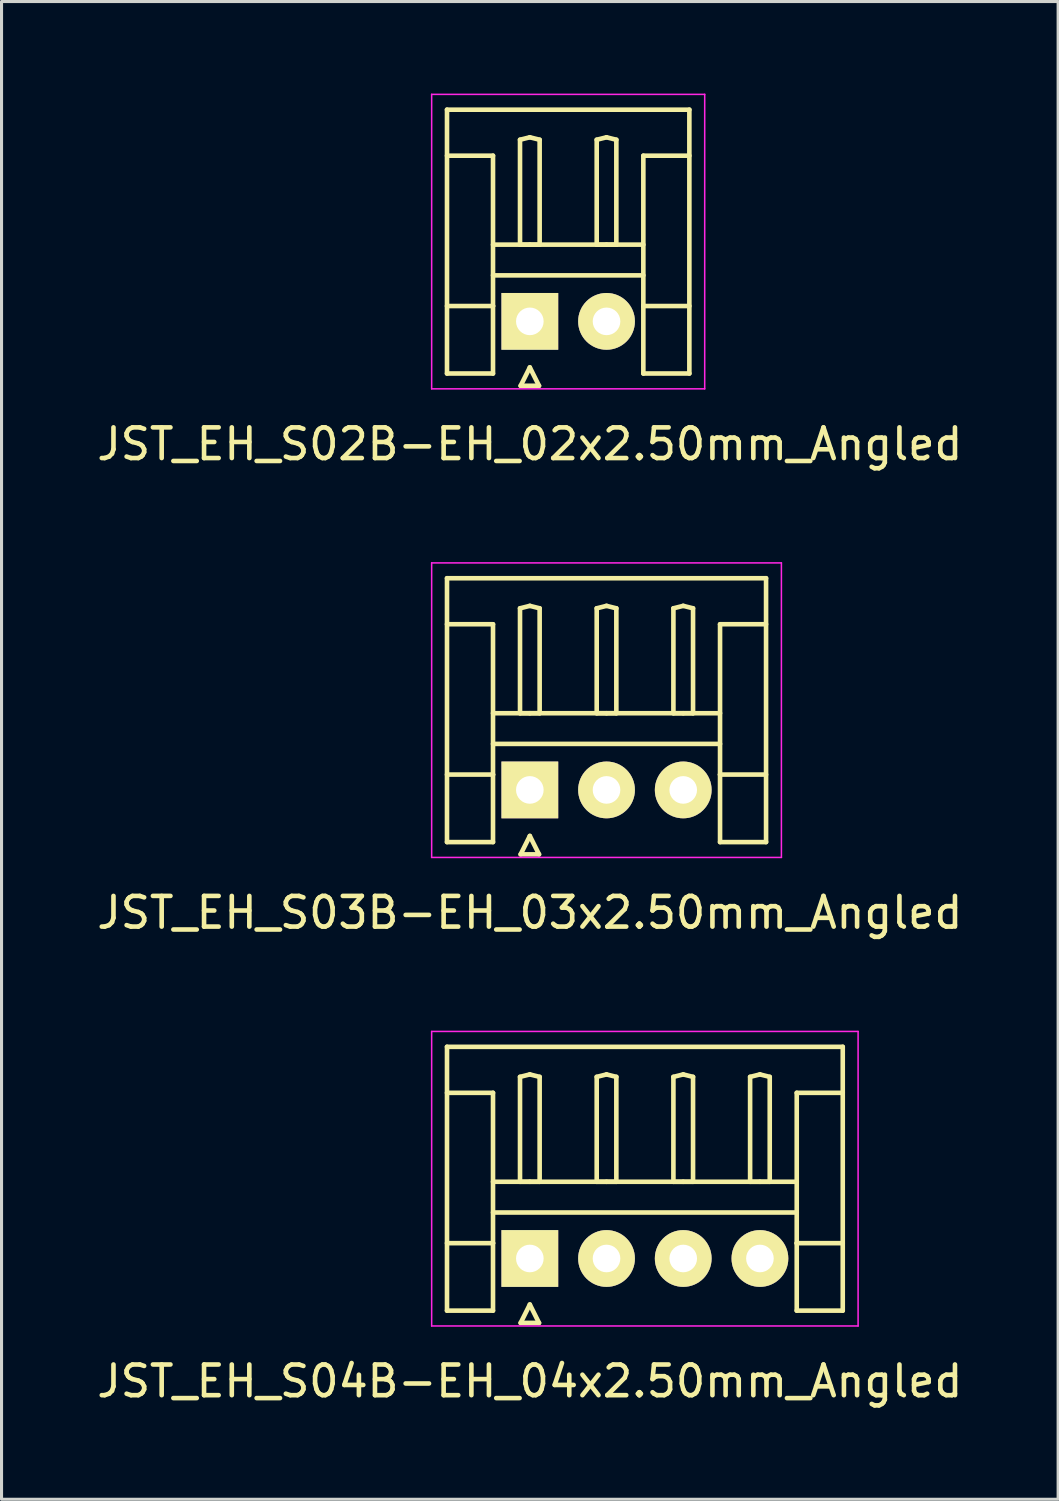
<source format=kicad_pcb>
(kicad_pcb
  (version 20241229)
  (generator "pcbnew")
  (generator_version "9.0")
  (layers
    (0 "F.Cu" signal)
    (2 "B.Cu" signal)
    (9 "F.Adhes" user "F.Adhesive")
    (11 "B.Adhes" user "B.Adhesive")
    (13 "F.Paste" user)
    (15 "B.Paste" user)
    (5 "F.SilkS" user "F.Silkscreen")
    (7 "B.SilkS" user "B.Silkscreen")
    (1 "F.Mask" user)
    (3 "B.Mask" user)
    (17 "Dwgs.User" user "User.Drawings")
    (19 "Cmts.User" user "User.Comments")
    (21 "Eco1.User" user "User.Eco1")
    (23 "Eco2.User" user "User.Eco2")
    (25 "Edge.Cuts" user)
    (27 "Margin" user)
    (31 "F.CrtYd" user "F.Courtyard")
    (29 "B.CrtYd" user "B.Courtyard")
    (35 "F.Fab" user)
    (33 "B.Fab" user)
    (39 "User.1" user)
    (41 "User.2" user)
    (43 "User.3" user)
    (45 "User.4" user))
  (footprint "JST_EH_S04B-EH_04x2.50mm_Angled"
    (layer "F.Cu")
    (at 14.22 37.971)
    (property "Reference" "JST_EH_S04B-EH_04x2.50mm_Angled" (at 0 4 0) (layer "F.SilkS") (effects (font (size 1 1) (thickness 0.15))))
    (attr through_hole)
    (fp_line (start -2.7 -6.9) (end 10.2 -6.9) (stroke (width 0.15) (type solid)) (layer "F.SilkS"))
    (fp_line (start -2.7 -5.4) (end -1.2 -5.4) (stroke (width 0.15) (type solid)) (layer "F.SilkS"))
    (fp_line (start -2.7 1.7) (end -2.7 -6.9) (stroke (width 0.15) (type solid)) (layer "F.SilkS"))
    (fp_line (start -1.2 -5.4) (end -1.2 -0.5) (stroke (width 0.15) (type solid)) (layer "F.SilkS"))
    (fp_line (start -1.2 -2.5) (end 8.7 -2.5) (stroke (width 0.15) (type solid)) (layer "F.SilkS"))
    (fp_line (start -1.2 -1.5) (end 8.7 -1.5) (stroke (width 0.15) (type solid)) (layer "F.SilkS"))
    (fp_line (start -1.2 -0.5) (end -2.7 -0.5) (stroke (width 0.15) (type solid)) (layer "F.SilkS"))
    (fp_line (start -1.2 -0.5) (end -1.2 1.7) (stroke (width 0.15) (type solid)) (layer "F.SilkS"))
    (fp_line (start -1.2 1.7) (end -2.7 1.7) (stroke (width 0.15) (type solid)) (layer "F.SilkS"))
    (fp_line (start -0.32 -5.92) (end 0 -6) (stroke (width 0.15) (type solid)) (layer "F.SilkS"))
    (fp_line (start -0.32 -2.5) (end -0.32 -5.92) (stroke (width 0.15) (type solid)) (layer "F.SilkS"))
    (fp_line (start -0.3 2.1) (end 0.3 2.1) (stroke (width 0.15) (type solid)) (layer "F.SilkS"))
    (fp_line (start 0 -6) (end 0.32 -5.92) (stroke (width 0.15) (type solid)) (layer "F.SilkS"))
    (fp_line (start 0 -2.5) (end -0.32 -2.5) (stroke (width 0.15) (type solid)) (layer "F.SilkS"))
    (fp_line (start 0 1.5) (end -0.3 2.1) (stroke (width 0.15) (type solid)) (layer "F.SilkS"))
    (fp_line (start 0.3 2.1) (end 0 1.5) (stroke (width 0.15) (type solid)) (layer "F.SilkS"))
    (fp_line (start 0.32 -5.92) (end 0.32 -2.5) (stroke (width 0.15) (type solid)) (layer "F.SilkS"))
    (fp_line (start 0.32 -2.5) (end 0 -2.5) (stroke (width 0.15) (type solid)) (layer "F.SilkS"))
    (fp_line (start 2.18 -5.92) (end 2.5 -6) (stroke (width 0.15) (type solid)) (layer "F.SilkS"))
    (fp_line (start 2.18 -2.5) (end 2.18 -5.92) (stroke (width 0.15) (type solid)) (layer "F.SilkS"))
    (fp_line (start 2.5 -6) (end 2.82 -5.92) (stroke (width 0.15) (type solid)) (layer "F.SilkS"))
    (fp_line (start 2.5 -2.5) (end 2.18 -2.5) (stroke (width 0.15) (type solid)) (layer "F.SilkS"))
    (fp_line (start 2.82 -5.92) (end 2.82 -2.5) (stroke (width 0.15) (type solid)) (layer "F.SilkS"))
    (fp_line (start 2.82 -2.5) (end 2.5 -2.5) (stroke (width 0.15) (type solid)) (layer "F.SilkS"))
    (fp_line (start 4.68 -5.92) (end 5 -6) (stroke (width 0.15) (type solid)) (layer "F.SilkS"))
    (fp_line (start 4.68 -2.5) (end 4.68 -5.92) (stroke (width 0.15) (type solid)) (layer "F.SilkS"))
    (fp_line (start 5 -6) (end 5.32 -5.92) (stroke (width 0.15) (type solid)) (layer "F.SilkS"))
    (fp_line (start 5 -2.5) (end 4.68 -2.5) (stroke (width 0.15) (type solid)) (layer "F.SilkS"))
    (fp_line (start 5.32 -5.92) (end 5.32 -2.5) (stroke (width 0.15) (type solid)) (layer "F.SilkS"))
    (fp_line (start 5.32 -2.5) (end 5 -2.5) (stroke (width 0.15) (type solid)) (layer "F.SilkS"))
    (fp_line (start 7.18 -5.92) (end 7.5 -6) (stroke (width 0.15) (type solid)) (layer "F.SilkS"))
    (fp_line (start 7.18 -2.5) (end 7.18 -5.92) (stroke (width 0.15) (type solid)) (layer "F.SilkS"))
    (fp_line (start 7.5 -6) (end 7.82 -5.92) (stroke (width 0.15) (type solid)) (layer "F.SilkS"))
    (fp_line (start 7.5 -2.5) (end 7.18 -2.5) (stroke (width 0.15) (type solid)) (layer "F.SilkS"))
    (fp_line (start 7.82 -5.92) (end 7.82 -2.5) (stroke (width 0.15) (type solid)) (layer "F.SilkS"))
    (fp_line (start 7.82 -2.5) (end 7.5 -2.5) (stroke (width 0.15) (type solid)) (layer "F.SilkS"))
    (fp_line (start 8.7 -5.4) (end 8.7 -0.5) (stroke (width 0.15) (type solid)) (layer "F.SilkS"))
    (fp_line (start 8.7 -0.5) (end 10.2 -0.5) (stroke (width 0.15) (type solid)) (layer "F.SilkS"))
    (fp_line (start 8.7 1.7) (end 8.7 -0.5) (stroke (width 0.15) (type solid)) (layer "F.SilkS"))
    (fp_line (start 10.2 -6.9) (end 10.2 1.7) (stroke (width 0.15) (type solid)) (layer "F.SilkS"))
    (fp_line (start 10.2 -5.4) (end 8.7 -5.4) (stroke (width 0.15) (type solid)) (layer "F.SilkS"))
    (fp_line (start 10.2 1.7) (end 8.7 1.7) (stroke (width 0.15) (type solid)) (layer "F.SilkS"))
    (fp_line (start -3.2 -7.4) (end -3.2 2.2) (stroke (width 0.05) (type solid)) (layer "F.CrtYd"))
    (fp_line (start -3.2 2.2) (end 10.7 2.2) (stroke (width 0.05) (type solid)) (layer "F.CrtYd"))
    (fp_line (start 10.7 -7.4) (end -3.2 -7.4) (stroke (width 0.05) (type solid)) (layer "F.CrtYd"))
    (fp_line (start 10.7 2.2) (end 10.7 -7.4) (stroke (width 0.05) (type solid)) (layer "F.CrtYd"))
    (pad "1" thru_hole rect (at 0 0) (size 1.85 1.85) (drill 0.9) (layers "*.Cu" "*.Mask" "F.SilkS"))
    (pad "2" thru_hole circle (at 2.5 0) (size 1.85 1.85) (drill 0.9) (layers "*.Cu" "*.Mask" "F.SilkS"))
    (pad "3" thru_hole circle (at 5 0) (size 1.85 1.85) (drill 0.9) (layers "*.Cu" "*.Mask" "F.SilkS"))
    (pad "4" thru_hole circle (at 7.5 0) (size 1.85 1.85) (drill 0.9) (layers "*.Cu" "*.Mask" "F.SilkS")))
  (footprint "JST_EH_S03B-EH_03x2.50mm_Angled"
    (layer "F.Cu")
    (at 14.22 22.698)
    (property "Reference" "JST_EH_S03B-EH_03x2.50mm_Angled" (at 0 4 0) (layer "F.SilkS") (effects (font (size 1 1) (thickness 0.15))))
    (attr through_hole)
    (fp_line (start -2.7 -6.9) (end 7.7 -6.9) (stroke (width 0.15) (type solid)) (layer "F.SilkS"))
    (fp_line (start -2.7 -5.4) (end -1.2 -5.4) (stroke (width 0.15) (type solid)) (layer "F.SilkS"))
    (fp_line (start -2.7 1.7) (end -2.7 -6.9) (stroke (width 0.15) (type solid)) (layer "F.SilkS"))
    (fp_line (start -1.2 -5.4) (end -1.2 -0.5) (stroke (width 0.15) (type solid)) (layer "F.SilkS"))
    (fp_line (start -1.2 -2.5) (end 6.2 -2.5) (stroke (width 0.15) (type solid)) (layer "F.SilkS"))
    (fp_line (start -1.2 -1.5) (end 6.2 -1.5) (stroke (width 0.15) (type solid)) (layer "F.SilkS"))
    (fp_line (start -1.2 -0.5) (end -2.7 -0.5) (stroke (width 0.15) (type solid)) (layer "F.SilkS"))
    (fp_line (start -1.2 -0.5) (end -1.2 1.7) (stroke (width 0.15) (type solid)) (layer "F.SilkS"))
    (fp_line (start -1.2 1.7) (end -2.7 1.7) (stroke (width 0.15) (type solid)) (layer "F.SilkS"))
    (fp_line (start -0.32 -5.92) (end 0 -6) (stroke (width 0.15) (type solid)) (layer "F.SilkS"))
    (fp_line (start -0.32 -2.5) (end -0.32 -5.92) (stroke (width 0.15) (type solid)) (layer "F.SilkS"))
    (fp_line (start -0.3 2.1) (end 0.3 2.1) (stroke (width 0.15) (type solid)) (layer "F.SilkS"))
    (fp_line (start 0 -6) (end 0.32 -5.92) (stroke (width 0.15) (type solid)) (layer "F.SilkS"))
    (fp_line (start 0 -2.5) (end -0.32 -2.5) (stroke (width 0.15) (type solid)) (layer "F.SilkS"))
    (fp_line (start 0 1.5) (end -0.3 2.1) (stroke (width 0.15) (type solid)) (layer "F.SilkS"))
    (fp_line (start 0.3 2.1) (end 0 1.5) (stroke (width 0.15) (type solid)) (layer "F.SilkS"))
    (fp_line (start 0.32 -5.92) (end 0.32 -2.5) (stroke (width 0.15) (type solid)) (layer "F.SilkS"))
    (fp_line (start 0.32 -2.5) (end 0 -2.5) (stroke (width 0.15) (type solid)) (layer "F.SilkS"))
    (fp_line (start 2.18 -5.92) (end 2.5 -6) (stroke (width 0.15) (type solid)) (layer "F.SilkS"))
    (fp_line (start 2.18 -2.5) (end 2.18 -5.92) (stroke (width 0.15) (type solid)) (layer "F.SilkS"))
    (fp_line (start 2.5 -6) (end 2.82 -5.92) (stroke (width 0.15) (type solid)) (layer "F.SilkS"))
    (fp_line (start 2.5 -2.5) (end 2.18 -2.5) (stroke (width 0.15) (type solid)) (layer "F.SilkS"))
    (fp_line (start 2.82 -5.92) (end 2.82 -2.5) (stroke (width 0.15) (type solid)) (layer "F.SilkS"))
    (fp_line (start 2.82 -2.5) (end 2.5 -2.5) (stroke (width 0.15) (type solid)) (layer "F.SilkS"))
    (fp_line (start 4.68 -5.92) (end 5 -6) (stroke (width 0.15) (type solid)) (layer "F.SilkS"))
    (fp_line (start 4.68 -2.5) (end 4.68 -5.92) (stroke (width 0.15) (type solid)) (layer "F.SilkS"))
    (fp_line (start 5 -6) (end 5.32 -5.92) (stroke (width 0.15) (type solid)) (layer "F.SilkS"))
    (fp_line (start 5 -2.5) (end 4.68 -2.5) (stroke (width 0.15) (type solid)) (layer "F.SilkS"))
    (fp_line (start 5.32 -5.92) (end 5.32 -2.5) (stroke (width 0.15) (type solid)) (layer "F.SilkS"))
    (fp_line (start 5.32 -2.5) (end 5 -2.5) (stroke (width 0.15) (type solid)) (layer "F.SilkS"))
    (fp_line (start 6.2 -5.4) (end 6.2 -0.5) (stroke (width 0.15) (type solid)) (layer "F.SilkS"))
    (fp_line (start 6.2 -0.5) (end 7.7 -0.5) (stroke (width 0.15) (type solid)) (layer "F.SilkS"))
    (fp_line (start 6.2 1.7) (end 6.2 -0.5) (stroke (width 0.15) (type solid)) (layer "F.SilkS"))
    (fp_line (start 7.7 -6.9) (end 7.7 1.7) (stroke (width 0.15) (type solid)) (layer "F.SilkS"))
    (fp_line (start 7.7 -5.4) (end 6.2 -5.4) (stroke (width 0.15) (type solid)) (layer "F.SilkS"))
    (fp_line (start 7.7 1.7) (end 6.2 1.7) (stroke (width 0.15) (type solid)) (layer "F.SilkS"))
    (fp_line (start -3.2 -7.4) (end -3.2 2.2) (stroke (width 0.05) (type solid)) (layer "F.CrtYd"))
    (fp_line (start -3.2 2.2) (end 8.2 2.2) (stroke (width 0.05) (type solid)) (layer "F.CrtYd"))
    (fp_line (start 8.2 -7.4) (end -3.2 -7.4) (stroke (width 0.05) (type solid)) (layer "F.CrtYd"))
    (fp_line (start 8.2 2.2) (end 8.2 -7.4) (stroke (width 0.05) (type solid)) (layer "F.CrtYd"))
    (pad "1" thru_hole rect (at 0 0) (size 1.85 1.85) (drill 0.9) (layers "*.Cu" "*.Mask" "F.SilkS"))
    (pad "2" thru_hole circle (at 2.5 0) (size 1.85 1.85) (drill 0.9) (layers "*.Cu" "*.Mask" "F.SilkS"))
    (pad "3" thru_hole circle (at 5 0) (size 1.85 1.85) (drill 0.9) (layers "*.Cu" "*.Mask" "F.SilkS")))
  (footprint "JST_EH_S02B-EH_02x2.50mm_Angled"
    (layer "F.Cu")
    (at 14.22 7.425)
    (property "Reference" "JST_EH_S02B-EH_02x2.50mm_Angled" (at 0 4 0) (layer "F.SilkS") (effects (font (size 1 1) (thickness 0.15))))
    (attr through_hole)
    (fp_line (start -2.7 -6.9) (end 5.2 -6.9) (stroke (width 0.15) (type solid)) (layer "F.SilkS"))
    (fp_line (start -2.7 -5.4) (end -1.2 -5.4) (stroke (width 0.15) (type solid)) (layer "F.SilkS"))
    (fp_line (start -2.7 1.7) (end -2.7 -6.9) (stroke (width 0.15) (type solid)) (layer "F.SilkS"))
    (fp_line (start -1.2 -5.4) (end -1.2 -0.5) (stroke (width 0.15) (type solid)) (layer "F.SilkS"))
    (fp_line (start -1.2 -2.5) (end 3.7 -2.5) (stroke (width 0.15) (type solid)) (layer "F.SilkS"))
    (fp_line (start -1.2 -1.5) (end 3.7 -1.5) (stroke (width 0.15) (type solid)) (layer "F.SilkS"))
    (fp_line (start -1.2 -0.5) (end -2.7 -0.5) (stroke (width 0.15) (type solid)) (layer "F.SilkS"))
    (fp_line (start -1.2 -0.5) (end -1.2 1.7) (stroke (width 0.15) (type solid)) (layer "F.SilkS"))
    (fp_line (start -1.2 1.7) (end -2.7 1.7) (stroke (width 0.15) (type solid)) (layer "F.SilkS"))
    (fp_line (start -0.32 -5.92) (end 0 -6) (stroke (width 0.15) (type solid)) (layer "F.SilkS"))
    (fp_line (start -0.32 -2.5) (end -0.32 -5.92) (stroke (width 0.15) (type solid)) (layer "F.SilkS"))
    (fp_line (start -0.3 2.1) (end 0.3 2.1) (stroke (width 0.15) (type solid)) (layer "F.SilkS"))
    (fp_line (start 0 -6) (end 0.32 -5.92) (stroke (width 0.15) (type solid)) (layer "F.SilkS"))
    (fp_line (start 0 -2.5) (end -0.32 -2.5) (stroke (width 0.15) (type solid)) (layer "F.SilkS"))
    (fp_line (start 0 1.5) (end -0.3 2.1) (stroke (width 0.15) (type solid)) (layer "F.SilkS"))
    (fp_line (start 0.3 2.1) (end 0 1.5) (stroke (width 0.15) (type solid)) (layer "F.SilkS"))
    (fp_line (start 0.32 -5.92) (end 0.32 -2.5) (stroke (width 0.15) (type solid)) (layer "F.SilkS"))
    (fp_line (start 0.32 -2.5) (end 0 -2.5) (stroke (width 0.15) (type solid)) (layer "F.SilkS"))
    (fp_line (start 2.18 -5.92) (end 2.5 -6) (stroke (width 0.15) (type solid)) (layer "F.SilkS"))
    (fp_line (start 2.18 -2.5) (end 2.18 -5.92) (stroke (width 0.15) (type solid)) (layer "F.SilkS"))
    (fp_line (start 2.5 -6) (end 2.82 -5.92) (stroke (width 0.15) (type solid)) (layer "F.SilkS"))
    (fp_line (start 2.5 -2.5) (end 2.18 -2.5) (stroke (width 0.15) (type solid)) (layer "F.SilkS"))
    (fp_line (start 2.82 -5.92) (end 2.82 -2.5) (stroke (width 0.15) (type solid)) (layer "F.SilkS"))
    (fp_line (start 2.82 -2.5) (end 2.5 -2.5) (stroke (width 0.15) (type solid)) (layer "F.SilkS"))
    (fp_line (start 3.7 -5.4) (end 3.7 -0.5) (stroke (width 0.15) (type solid)) (layer "F.SilkS"))
    (fp_line (start 3.7 -0.5) (end 5.2 -0.5) (stroke (width 0.15) (type solid)) (layer "F.SilkS"))
    (fp_line (start 3.7 1.7) (end 3.7 -0.5) (stroke (width 0.15) (type solid)) (layer "F.SilkS"))
    (fp_line (start 5.2 -6.9) (end 5.2 1.7) (stroke (width 0.15) (type solid)) (layer "F.SilkS"))
    (fp_line (start 5.2 -5.4) (end 3.7 -5.4) (stroke (width 0.15) (type solid)) (layer "F.SilkS"))
    (fp_line (start 5.2 1.7) (end 3.7 1.7) (stroke (width 0.15) (type solid)) (layer "F.SilkS"))
    (fp_line (start -3.2 -7.4) (end -3.2 2.2) (stroke (width 0.05) (type solid)) (layer "F.CrtYd"))
    (fp_line (start -3.2 2.2) (end 5.7 2.2) (stroke (width 0.05) (type solid)) (layer "F.CrtYd"))
    (fp_line (start 5.7 -7.4) (end -3.2 -7.4) (stroke (width 0.05) (type solid)) (layer "F.CrtYd"))
    (fp_line (start 5.7 2.2) (end 5.7 -7.4) (stroke (width 0.05) (type solid)) (layer "F.CrtYd"))
    (pad "1" thru_hole rect (at 0 0) (size 1.85 1.85) (drill 0.9) (layers "*.Cu" "*.Mask" "F.SilkS"))
    (pad "2" thru_hole circle (at 2.5 0) (size 1.85 1.85) (drill 0.9) (layers "*.Cu" "*.Mask" "F.SilkS")))
  (gr_rect
    (start -3 -3)
    (end 31.44 45.82)
    (stroke (width 0.1) (type default))
    (fill no)
    (layer "Edge.Cuts")))
</source>
